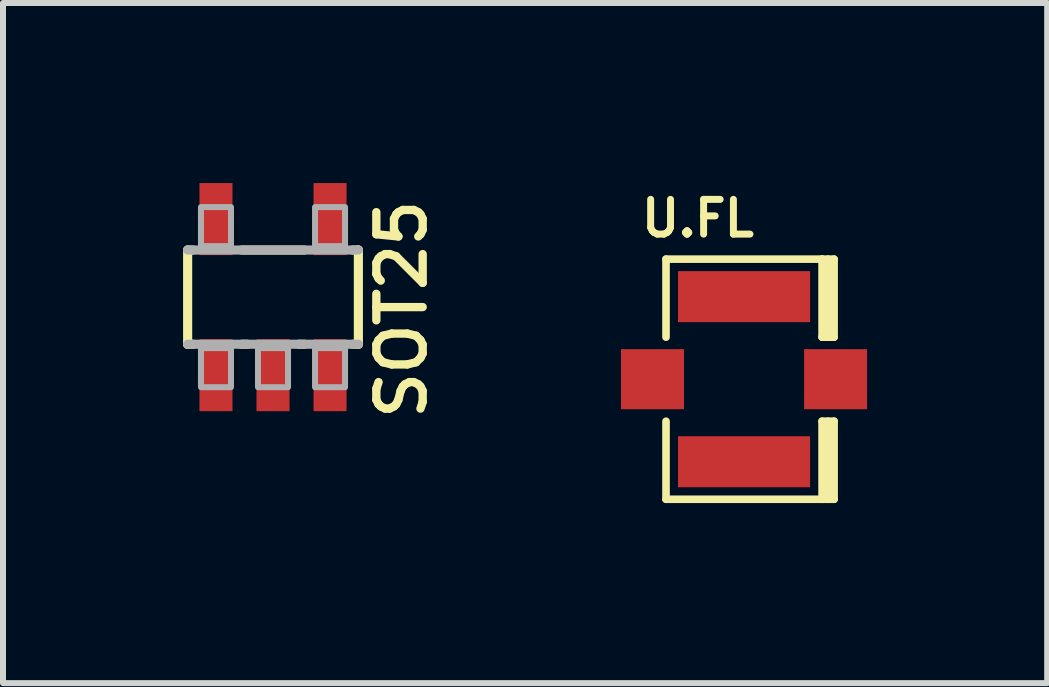
<source format=kicad_pcb>
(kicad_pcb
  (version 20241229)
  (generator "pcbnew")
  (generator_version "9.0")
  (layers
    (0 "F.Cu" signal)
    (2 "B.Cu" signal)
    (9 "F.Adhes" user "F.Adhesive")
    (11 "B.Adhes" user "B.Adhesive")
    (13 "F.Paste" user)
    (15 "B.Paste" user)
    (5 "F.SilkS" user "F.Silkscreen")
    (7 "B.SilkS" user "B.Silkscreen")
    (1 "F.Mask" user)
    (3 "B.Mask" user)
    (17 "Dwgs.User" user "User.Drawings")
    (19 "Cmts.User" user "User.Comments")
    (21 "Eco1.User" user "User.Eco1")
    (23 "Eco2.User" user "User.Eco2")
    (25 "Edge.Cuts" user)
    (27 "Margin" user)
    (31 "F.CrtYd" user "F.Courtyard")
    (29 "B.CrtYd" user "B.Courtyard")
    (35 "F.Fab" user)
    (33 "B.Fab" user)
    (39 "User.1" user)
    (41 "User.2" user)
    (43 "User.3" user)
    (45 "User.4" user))
  (footprint "SOT25"
    (layer "F.Cu")
    (at 1.498 1.9)
    (property "Reference" "SOT25" (at 2.595 2.095 90) (layer "F.SilkS") (effects (font (size 0.772 0.772) (thickness 0.139)) (justify left bottom)))
    (attr through_hole)
    (fp_line (start -1.422 -0.785) (end -1.328 -0.785) (stroke (width 0.152) (type solid)) (layer "F.SilkS"))
    (fp_line (start -1.422 0.785) (end -1.422 -0.785) (stroke (width 0.152) (type solid)) (layer "F.SilkS"))
    (fp_line (start -1.328 0.785) (end -1.422 0.785) (stroke (width 0.152) (type solid)) (layer "F.SilkS"))
    (fp_line (start -0.522 -0.785) (end 0.522 -0.785) (stroke (width 0.152) (type solid)) (layer "F.SilkS"))
    (fp_line (start -0.428 0.785) (end -0.522 0.785) (stroke (width 0.152) (type solid)) (layer "F.SilkS"))
    (fp_line (start 0.522 0.785) (end 0.428 0.785) (stroke (width 0.152) (type solid)) (layer "F.SilkS"))
    (fp_line (start 1.328 -0.785) (end 1.422 -0.785) (stroke (width 0.152) (type solid)) (layer "F.SilkS"))
    (fp_line (start 1.422 -0.785) (end 1.422 0.785) (stroke (width 0.152) (type solid)) (layer "F.SilkS"))
    (fp_line (start 1.422 0.785) (end 1.328 0.785) (stroke (width 0.152) (type solid)) (layer "F.SilkS"))
    (fp_line (start -1.422 -0.785) (end 1.422 -0.785) (stroke (width 0.152) (type solid)) (layer "F.Fab"))
    (fp_line (start 1.422 0.785) (end -1.422 0.785) (stroke (width 0.152) (type solid)) (layer "F.Fab"))
    (fp_poly (pts (xy -1.2 -0.85) (xy -0.7 -0.85) (xy -0.7 -1.5) (xy -1.2 -1.5)) (stroke (width 0.1) (type solid)) (fill no) (layer "F.Fab"))
    (fp_poly (pts (xy -1.2 1.5) (xy -0.7 1.5) (xy -0.7 0.85) (xy -1.2 0.85)) (stroke (width 0.1) (type solid)) (fill no) (layer "F.Fab"))
    (fp_poly (pts (xy -0.25 1.5) (xy 0.25 1.5) (xy 0.25 0.85) (xy -0.25 0.85)) (stroke (width 0.1) (type solid)) (fill no) (layer "F.Fab"))
    (fp_poly (pts (xy 0.7 -0.85) (xy 1.2 -0.85) (xy 1.2 -1.5) (xy 0.7 -1.5)) (stroke (width 0.1) (type solid)) (fill no) (layer "F.Fab"))
    (fp_poly (pts (xy 0.7 1.5) (xy 1.2 1.5) (xy 1.2 0.85) (xy 0.7 0.85)) (stroke (width 0.1) (type solid)) (fill no) (layer "F.Fab"))
    (pad "1" smd rect (at -0.95 1.3) (size 0.55 1.2) (layers "F.Cu" "F.Mask" "F.Paste"))
    (pad "2" smd rect (at 0 1.3) (size 0.55 1.2) (layers "F.Cu" "F.Mask" "F.Paste"))
    (pad "3" smd rect (at 0.95 1.3) (size 0.55 1.2) (layers "F.Cu" "F.Mask" "F.Paste"))
    (pad "4" smd rect (at 0.95 -1.3) (size 0.55 1.2) (layers "F.Cu" "F.Mask" "F.Paste"))
    (pad "5" smd rect (at -0.95 -1.3) (size 0.55 1.2) (layers "F.Cu" "F.Mask" "F.Paste")))
  (footprint "U.FL"
    (layer "F.Cu")
    (at 9.345 3.267)
    (property "Reference" "U.FL" (at -1.77 -2.34 0) (layer "F.SilkS") (effects (font (size 0.579 0.579) (thickness 0.116)) (justify left bottom)))
    (attr through_hole)
    (fp_line (start -1.3 -0.7) (end -1.3 -2) (stroke (width 0.127) (type solid)) (layer "F.SilkS"))
    (fp_line (start -1.3 2) (end -1.3 0.7) (stroke (width 0.127) (type solid)) (layer "F.SilkS"))
    (fp_line (start -1.3 2) (end 1.3 2) (stroke (width 0.127) (type solid)) (layer "F.SilkS"))
    (fp_line (start 1.3 -2) (end -1.3 -2) (stroke (width 0.127) (type solid)) (layer "F.SilkS"))
    (fp_line (start 1.3 -0.7) (end 1.3 -2) (stroke (width 0.127) (type solid)) (layer "F.SilkS"))
    (fp_line (start 1.3 2) (end 1.3 0.7) (stroke (width 0.127) (type solid)) (layer "F.SilkS"))
    (fp_line (start 1.4 -0.7) (end 1.4 -2) (stroke (width 0.127) (type solid)) (layer "F.SilkS"))
    (fp_line (start 1.4 2) (end 1.4 0.7) (stroke (width 0.127) (type solid)) (layer "F.SilkS"))
    (fp_line (start 1.5 -2) (end 1.3 -2) (stroke (width 0.127) (type solid)) (layer "F.SilkS"))
    (fp_line (start 1.5 -0.7) (end 1.3 -0.7) (stroke (width 0.127) (type solid)) (layer "F.SilkS"))
    (fp_line (start 1.5 -0.7) (end 1.5 -2) (stroke (width 0.127) (type solid)) (layer "F.SilkS"))
    (fp_line (start 1.5 0.7) (end 1.3 0.7) (stroke (width 0.127) (type solid)) (layer "F.SilkS"))
    (fp_line (start 1.5 2) (end 1.3 2) (stroke (width 0.127) (type solid)) (layer "F.SilkS"))
    (fp_line (start 1.5 2) (end 1.5 0.7) (stroke (width 0.127) (type solid)) (layer "F.SilkS"))
    (pad "1" smd rect (at 0 -1.375) (size 2.2 0.85) (layers "F.Cu" "F.Mask" "F.Paste"))
    (pad "2" smd rect (at 0 1.375) (size 2.2 0.85) (layers "F.Cu" "F.Mask" "F.Paste"))
    (pad "FEED" smd rect (at 1.525 0) (size 1.05 1) (layers "F.Cu" "F.Mask" "F.Paste"))
    (pad "NC" smd rect (at -1.525 0) (size 1.05 1) (layers "F.Cu" "F.Mask" "F.Paste")))
  (gr_rect
    (start -3 -3)
    (end 14.395 8.33)
    (stroke (width 0.1) (type default))
    (fill no)
    (layer "Edge.Cuts")))
</source>
